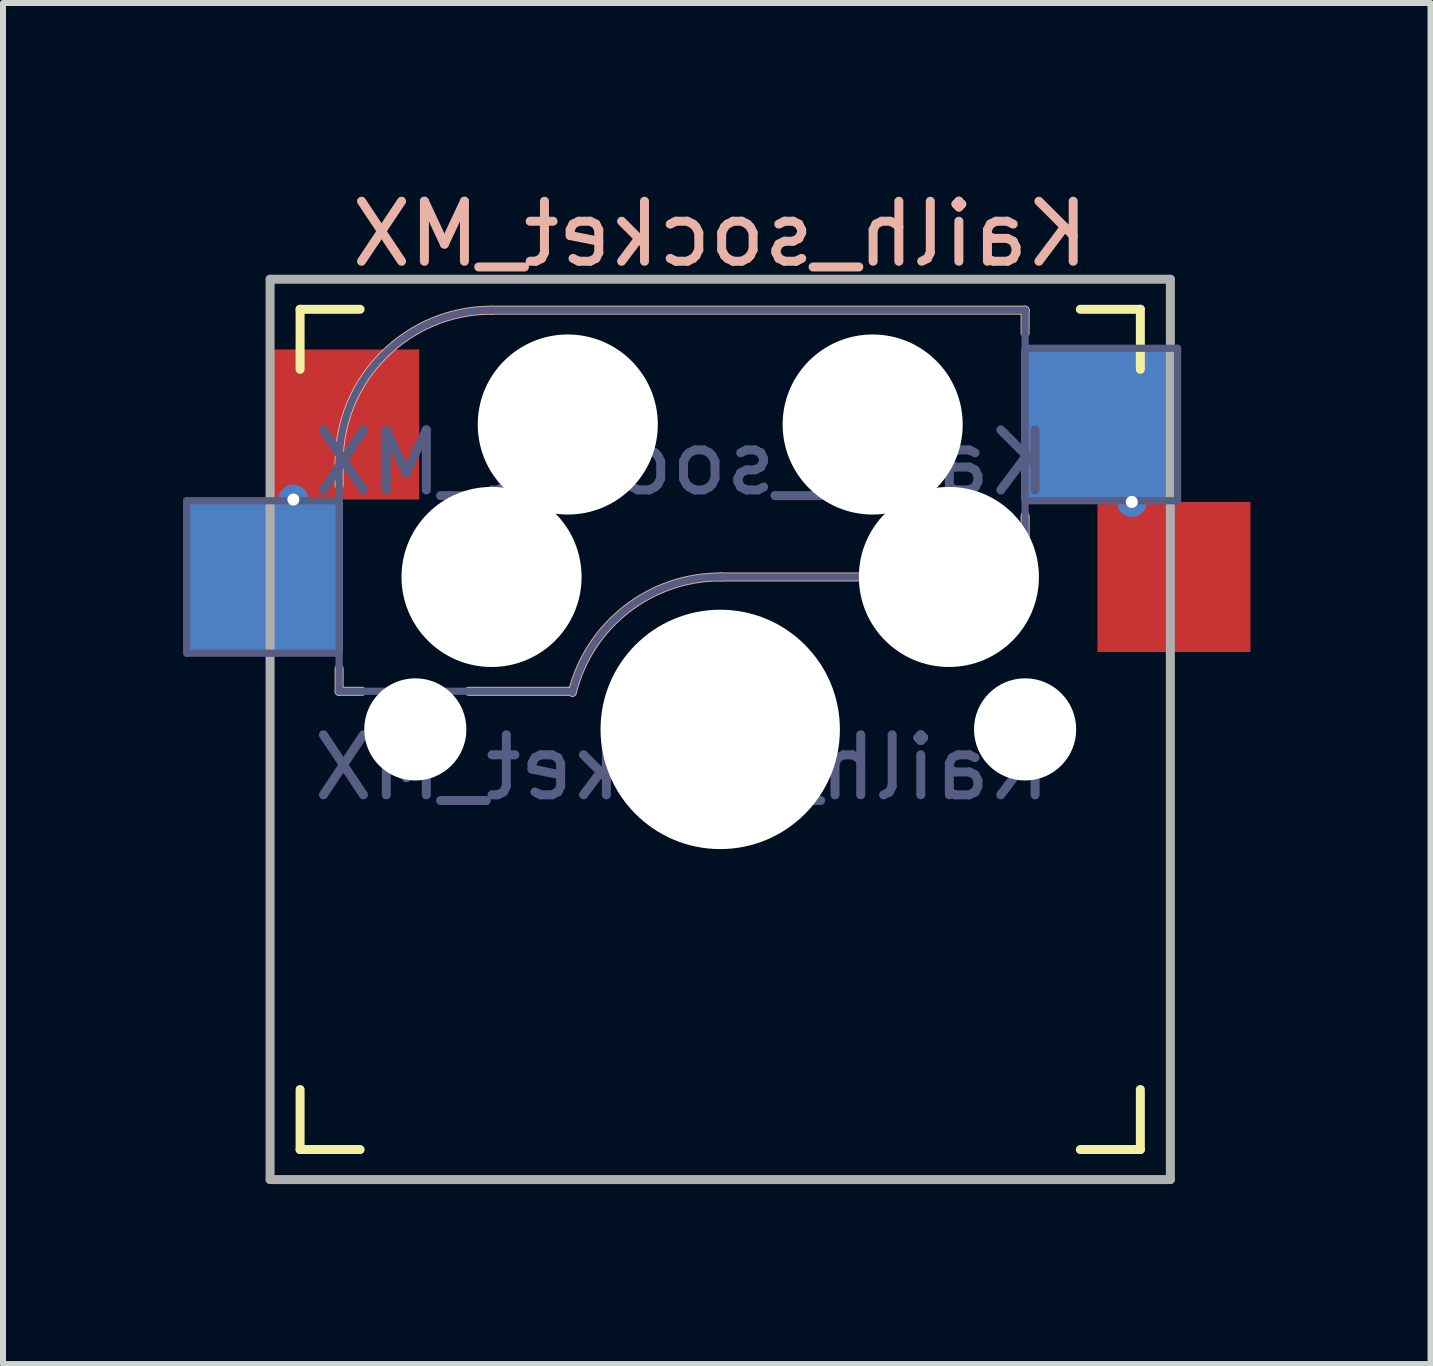
<source format=kicad_pcb>
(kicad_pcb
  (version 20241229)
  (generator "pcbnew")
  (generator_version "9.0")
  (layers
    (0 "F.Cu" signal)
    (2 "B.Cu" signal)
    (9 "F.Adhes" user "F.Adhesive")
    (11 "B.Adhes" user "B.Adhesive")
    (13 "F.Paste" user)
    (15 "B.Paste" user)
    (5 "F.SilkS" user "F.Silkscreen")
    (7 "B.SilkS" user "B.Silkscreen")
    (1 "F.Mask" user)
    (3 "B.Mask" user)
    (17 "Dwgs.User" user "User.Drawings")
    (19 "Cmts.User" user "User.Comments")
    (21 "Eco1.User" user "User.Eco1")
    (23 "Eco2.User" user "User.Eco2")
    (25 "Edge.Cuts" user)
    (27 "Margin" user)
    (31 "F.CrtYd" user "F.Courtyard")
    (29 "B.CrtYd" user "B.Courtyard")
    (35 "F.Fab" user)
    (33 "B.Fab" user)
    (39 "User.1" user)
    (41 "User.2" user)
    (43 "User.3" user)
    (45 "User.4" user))
  (footprint "Kailh_socket_MX"
    (layer "F.Cu")
    (at 8.95 9.103)
    (property "Reference" "Kailh_socket_MX" (at 0 -8.255 0) (layer "B.SilkS") (effects (font (size 1 1) (thickness 0.15)) (justify mirror)))
    (property "Value" "Kailh_socket_MX" (at 0 8.255 0) (layer "F.Fab") (hide yes) (effects (font (size 1 1) (thickness 0.15))))
    (attr smd)
    (fp_line (start -7 -6) (end -7 -7) (stroke (width 0.15) (type solid)) (layer "F.SilkS"))
    (fp_line (start -7 7) (end -7 6) (stroke (width 0.15) (type solid)) (layer "F.SilkS"))
    (fp_line (start -7 7) (end -6 7) (stroke (width 0.15) (type solid)) (layer "F.SilkS"))
    (fp_line (start -6 -7) (end -7 -7) (stroke (width 0.15) (type solid)) (layer "F.SilkS"))
    (fp_line (start 6 7) (end 7 7) (stroke (width 0.15) (type solid)) (layer "F.SilkS"))
    (fp_line (start 7 -7) (end 6 -7) (stroke (width 0.15) (type solid)) (layer "F.SilkS"))
    (fp_line (start 7 -7) (end 7 -6) (stroke (width 0.15) (type solid)) (layer "F.SilkS"))
    (fp_line (start 7 6) (end 7 7) (stroke (width 0.15) (type solid)) (layer "F.SilkS"))
    (fp_line (start -6.35 -4.445) (end -6.35 -4.064) (stroke (width 0.15) (type solid)) (layer "B.SilkS"))
    (fp_line (start -6.35 -1.016) (end -6.35 -0.635) (stroke (width 0.15) (type solid)) (layer "B.SilkS"))
    (fp_line (start -5.969 -0.635) (end -6.35 -0.635) (stroke (width 0.15) (type solid)) (layer "B.SilkS"))
    (fp_line (start -3.81 -6.985) (end 5.08 -6.985) (stroke (width 0.15) (type solid)) (layer "B.SilkS"))
    (fp_line (start -2.464 -0.635) (end -4.191 -0.635) (stroke (width 0.15) (type solid)) (layer "B.SilkS"))
    (fp_line (start 5.08 -6.985) (end 5.08 -6.604) (stroke (width 0.15) (type solid)) (layer "B.SilkS"))
    (fp_line (start 5.08 -3.556) (end 5.08 -2.54) (stroke (width 0.15) (type solid)) (layer "B.SilkS"))
    (fp_line (start 5.08 -2.54) (end 0 -2.54) (stroke (width 0.15) (type solid)) (layer "B.SilkS"))
    (fp_arc (start -6.35 -4.445) (mid -5.606051 -6.241051) (end -3.81 -6.985) (stroke (width 0.15) (type solid)) (layer "B.SilkS"))
    (fp_arc (start -2.464162 -0.61604) (mid -1.563147 -2.002042) (end 0 -2.54) (stroke (width 0.15) (type solid)) (layer "B.SilkS"))
    (fp_line (start -6.9 6.9) (end -6.9 -6.9) (stroke (width 0.15) (type solid)) (layer "Eco2.User"))
    (fp_line (start -6.9 6.9) (end 6.9 6.9) (stroke (width 0.15) (type solid)) (layer "Eco2.User"))
    (fp_line (start 6.9 -6.9) (end -6.9 -6.9) (stroke (width 0.15) (type solid)) (layer "Eco2.User"))
    (fp_line (start 6.9 -6.9) (end 6.9 6.9) (stroke (width 0.15) (type solid)) (layer "Eco2.User"))
    (fp_line (start -8.89 -3.81) (end -6.35 -3.81) (stroke (width 0.12) (type solid)) (layer "B.Fab"))
    (fp_line (start -8.89 -1.27) (end -8.89 -3.81) (stroke (width 0.12) (type solid)) (layer "B.Fab"))
    (fp_line (start -6.35 -1.27) (end -8.89 -1.27) (stroke (width 0.12) (type solid)) (layer "B.Fab"))
    (fp_line (start -6.35 -0.635) (end -6.35 -4.445) (stroke (width 0.12) (type solid)) (layer "B.Fab"))
    (fp_line (start -6.35 -0.635) (end -2.54 -0.635) (stroke (width 0.12) (type solid)) (layer "B.Fab"))
    (fp_line (start -3.81 -6.985) (end 5.08 -6.985) (stroke (width 0.12) (type solid)) (layer "B.Fab"))
    (fp_line (start 5.08 -6.985) (end 5.08 -2.54) (stroke (width 0.12) (type solid)) (layer "B.Fab"))
    (fp_line (start 5.08 -6.35) (end 7.62 -6.35) (stroke (width 0.12) (type solid)) (layer "B.Fab"))
    (fp_line (start 5.08 -2.54) (end 0 -2.54) (stroke (width 0.12) (type solid)) (layer "B.Fab"))
    (fp_line (start 7.62 -6.35) (end 7.62 -3.81) (stroke (width 0.12) (type solid)) (layer "B.Fab"))
    (fp_line (start 7.62 -3.81) (end 5.08 -3.81) (stroke (width 0.12) (type solid)) (layer "B.Fab"))
    (fp_arc (start -6.35 -4.445) (mid -5.606051 -6.241051) (end -3.81 -6.985) (stroke (width 0.12) (type solid)) (layer "B.Fab"))
    (fp_arc (start -2.464162 -0.61604) (mid -1.563147 -2.002042) (end 0 -2.54) (stroke (width 0.12) (type solid)) (layer "B.Fab"))
    (fp_line (start -7.5 -7.5) (end 7.5 -7.5) (stroke (width 0.15) (type solid)) (layer "F.Fab"))
    (fp_line (start -7.5 7.5) (end -7.5 -7.5) (stroke (width 0.15) (type solid)) (layer "F.Fab"))
    (fp_line (start 7.5 -7.5) (end 7.5 7.5) (stroke (width 0.15) (type solid)) (layer "F.Fab"))
    (fp_line (start 7.5 7.5) (end -7.5 7.5) (stroke (width 0.15) (type solid)) (layer "F.Fab"))
    (fp_text user "${VALUE}" (at -0.635 0.635 0) (layer "B.Fab") (effects (font (size 1 1) (thickness 0.15)) (justify mirror)))
    (fp_text user "${REFERENCE}" (at -0.635 -4.445 0) (layer "B.Fab") (effects (font (size 1 1) (thickness 0.15)) (justify mirror)))
    (pad "" np_thru_hole circle (at -5.08 0) (size 1.702 1.702) (drill 1.702) (layers "*.Cu" "*.Mask"))
    (pad "" np_thru_hole circle (at -3.81 -2.54) (size 3 3) (drill 3) (layers "*.Cu" "*.Mask"))
    (pad "" np_thru_hole circle (at -2.54 -5.08) (size 3 3) (drill 3) (layers "*.Cu" "*.Mask"))
    (pad "" np_thru_hole circle (at 0 0) (size 3.988 3.988) (drill 3.988) (layers "*.Cu" "*.Mask"))
    (pad "" np_thru_hole circle (at 2.54 -5.08) (size 3 3) (drill 3) (layers "*.Cu" "*.Mask"))
    (pad "" np_thru_hole circle (at 3.81 -2.54) (size 3 3) (drill 3) (layers "*.Cu" "*.Mask"))
    (pad "" np_thru_hole circle (at 5.08 0) (size 1.702 1.702) (drill 1.702) (layers "*.Cu" "*.Mask"))
    (pad "1" smd rect (at 6.29 -5.08) (size 2.55 2.5) (layers "B.Cu" "B.Mask" "B.Paste"))
    (pad "1" thru_hole circle (at 6.858 -3.79) (size 0.5 0.5) (drill 0.2) (layers "*.Cu" "*.Mask"))
    (pad "1" smd rect (at 7.56 -2.54) (size 2.55 2.5) (layers "F.Cu" "F.Mask" "F.Paste"))
    (pad "2" smd rect (at -7.56 -2.54) (size 2.55 2.5) (layers "B.Cu" "B.Mask" "B.Paste"))
    (pad "2" thru_hole circle (at -7.112 -3.83) (size 0.5 0.5) (drill 0.2) (layers "*.Cu" "*.Mask"))
    (pad "2" smd rect (at -6.29 -5.08) (size 2.55 2.5) (layers "F.Cu" "F.Mask" "F.Paste")))
  (gr_rect
    (start -3 -3)
    (end 20.785 19.678)
    (stroke (width 0.1) (type default))
    (fill no)
    (layer "Edge.Cuts")))
</source>
